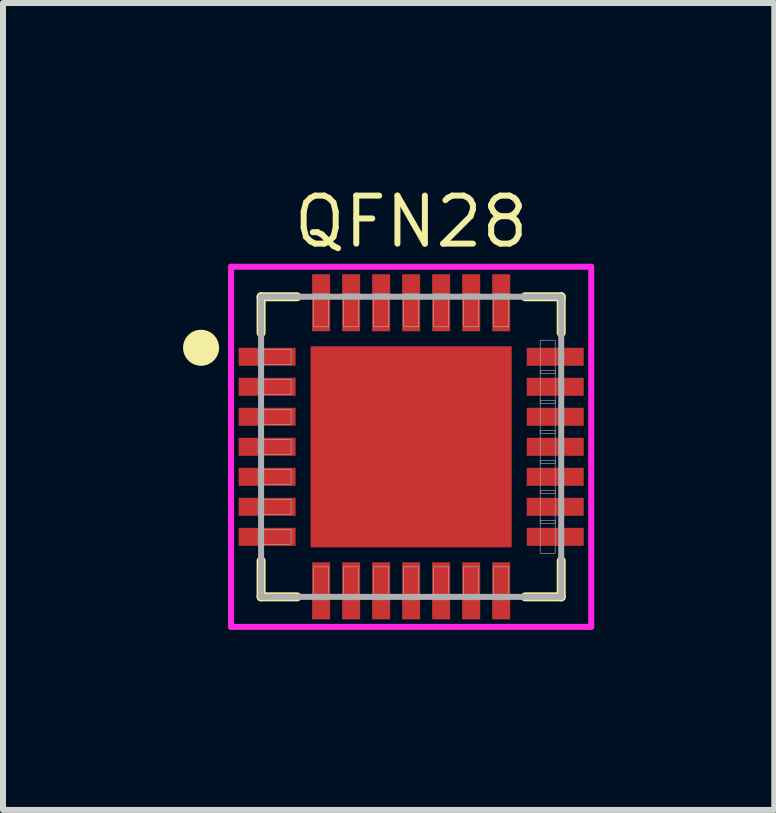
<source format=kicad_pcb>
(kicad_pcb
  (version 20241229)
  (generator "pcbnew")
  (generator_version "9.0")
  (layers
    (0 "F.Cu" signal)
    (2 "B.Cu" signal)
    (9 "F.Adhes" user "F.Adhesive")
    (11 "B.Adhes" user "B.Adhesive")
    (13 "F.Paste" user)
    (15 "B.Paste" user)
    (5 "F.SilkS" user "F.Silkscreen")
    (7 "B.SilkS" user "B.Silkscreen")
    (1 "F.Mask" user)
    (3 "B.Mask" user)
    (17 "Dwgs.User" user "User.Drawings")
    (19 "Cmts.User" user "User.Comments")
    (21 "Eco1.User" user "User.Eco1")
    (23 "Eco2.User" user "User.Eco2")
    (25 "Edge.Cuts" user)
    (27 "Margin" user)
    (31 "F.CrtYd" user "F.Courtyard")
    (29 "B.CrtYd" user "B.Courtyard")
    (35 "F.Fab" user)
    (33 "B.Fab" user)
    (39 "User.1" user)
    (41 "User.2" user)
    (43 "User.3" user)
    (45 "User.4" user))
  (footprint "QFN28"
    (layer "F.Cu")
    (at 3.8 4.394)
    (property "Reference" "QFN28" (at 0 -3.75 0) (layer "F.SilkS") (effects (font (size 0.8 0.8) (thickness 0.1))))
    (attr smd)
    (fp_line (start -2.5 -2.5) (end -2.5 -1.9) (stroke (width 0.15) (type solid)) (layer "F.SilkS"))
    (fp_line (start -2.5 -2.5) (end -1.9 -2.5) (stroke (width 0.15) (type solid)) (layer "F.SilkS"))
    (fp_line (start -2.5 1.9) (end -2.5 2.5) (stroke (width 0.15) (type solid)) (layer "F.SilkS"))
    (fp_line (start -2.5 2.5) (end -1.9 2.5) (stroke (width 0.15) (type solid)) (layer "F.SilkS"))
    (fp_line (start 1.9 -2.5) (end 2.5 -2.5) (stroke (width 0.15) (type solid)) (layer "F.SilkS"))
    (fp_line (start 1.9 2.5) (end 2.5 2.5) (stroke (width 0.15) (type solid)) (layer "F.SilkS"))
    (fp_line (start 2.5 -2.5) (end 2.5 -1.9) (stroke (width 0.15) (type solid)) (layer "F.SilkS"))
    (fp_line (start 2.5 2.5) (end 2.5 1.9) (stroke (width 0.15) (type solid)) (layer "F.SilkS"))
    (fp_circle (center -3.5 -1.65) (end -3.25 -1.65) (stroke (width 0.1) (type solid)) (fill yes) (layer "F.SilkS"))
    (fp_line (start -3 -3) (end -3 3) (stroke (width 0.1) (type solid)) (layer "F.CrtYd"))
    (fp_line (start -3 3) (end 3 3) (stroke (width 0.1) (type solid)) (layer "F.CrtYd"))
    (fp_line (start 3 -3) (end -3 -3) (stroke (width 0.1) (type solid)) (layer "F.CrtYd"))
    (fp_line (start 3 3) (end 3 -3) (stroke (width 0.1) (type solid)) (layer "F.CrtYd"))
    (fp_line (start -2.5 -2.5) (end -2.5 2.5) (stroke (width 0.1) (type solid)) (layer "F.Fab"))
    (fp_line (start -2.5 2.5) (end 2.5 2.5) (stroke (width 0.1) (type solid)) (layer "F.Fab"))
    (fp_line (start 2.5 -2.5) (end -2.5 -2.5) (stroke (width 0.1) (type solid)) (layer "F.Fab"))
    (fp_line (start 2.5 2.5) (end 2.5 -2.5) (stroke (width 0.1) (type solid)) (layer "F.Fab"))
    (fp_poly (pts (xy -2.55 -1.625) (xy -2 -1.625) (xy -2 -1.375) (xy -2.55 -1.375)) (stroke (width 0.01) (type solid)) (fill no) (layer "F.Fab"))
    (fp_poly (pts (xy -2.55 -1.125) (xy -2 -1.125) (xy -2 -0.875) (xy -2.55 -0.875)) (stroke (width 0.01) (type solid)) (fill no) (layer "F.Fab"))
    (fp_poly (pts (xy -2.55 -0.625) (xy -2 -0.625) (xy -2 -0.375) (xy -2.55 -0.375)) (stroke (width 0.01) (type solid)) (fill no) (layer "F.Fab"))
    (fp_poly (pts (xy -2.55 -0.125) (xy -2 -0.125) (xy -2 0.125) (xy -2.55 0.125)) (stroke (width 0.01) (type solid)) (fill no) (layer "F.Fab"))
    (fp_poly (pts (xy -2.55 0.375) (xy -2 0.375) (xy -2 0.625) (xy -2.55 0.625)) (stroke (width 0.01) (type solid)) (fill no) (layer "F.Fab"))
    (fp_poly (pts (xy -2.55 0.875) (xy -2 0.875) (xy -2 1.125) (xy -2.55 1.125)) (stroke (width 0.01) (type solid)) (fill no) (layer "F.Fab"))
    (fp_poly (pts (xy -2.55 1.375) (xy -2 1.375) (xy -2 1.625) (xy -2.55 1.625)) (stroke (width 0.01) (type solid)) (fill no) (layer "F.Fab"))
    (fp_poly (pts (xy -1.625 -2.55) (xy -1.375 -2.55) (xy -1.375 -2) (xy -1.625 -2)) (stroke (width 0.01) (type solid)) (fill no) (layer "F.Fab"))
    (fp_poly (pts (xy -1.625 2) (xy -1.375 2) (xy -1.375 2.55) (xy -1.625 2.55)) (stroke (width 0.01) (type solid)) (fill no) (layer "F.Fab"))
    (fp_poly (pts (xy -1.125 -2.55) (xy -0.875 -2.55) (xy -0.875 -2) (xy -1.125 -2)) (stroke (width 0.01) (type solid)) (fill no) (layer "F.Fab"))
    (fp_poly (pts (xy -1.125 2) (xy -0.875 2) (xy -0.875 2.55) (xy -1.125 2.55)) (stroke (width 0.01) (type solid)) (fill no) (layer "F.Fab"))
    (fp_poly (pts (xy -0.625 -2.55) (xy -0.375 -2.55) (xy -0.375 -2) (xy -0.625 -2)) (stroke (width 0.01) (type solid)) (fill no) (layer "F.Fab"))
    (fp_poly (pts (xy -0.625 2) (xy -0.375 2) (xy -0.375 2.55) (xy -0.625 2.55)) (stroke (width 0.01) (type solid)) (fill no) (layer "F.Fab"))
    (fp_poly (pts (xy -0.125 -2.55) (xy 0.125 -2.55) (xy 0.125 -2) (xy -0.125 -2)) (stroke (width 0.01) (type solid)) (fill no) (layer "F.Fab"))
    (fp_poly (pts (xy -0.125 2) (xy 0.125 2) (xy 0.125 2.55) (xy -0.125 2.55)) (stroke (width 0.01) (type solid)) (fill no) (layer "F.Fab"))
    (fp_poly (pts (xy 0.375 -2.55) (xy 0.625 -2.55) (xy 0.625 -2) (xy 0.375 -2)) (stroke (width 0.01) (type solid)) (fill no) (layer "F.Fab"))
    (fp_poly (pts (xy 0.375 2) (xy 0.625 2) (xy 0.625 2.55) (xy 0.375 2.55)) (stroke (width 0.01) (type solid)) (fill no) (layer "F.Fab"))
    (fp_poly (pts (xy 0.875 -2.55) (xy 1.125 -2.55) (xy 1.125 -2) (xy 0.875 -2)) (stroke (width 0.01) (type solid)) (fill no) (layer "F.Fab"))
    (fp_poly (pts (xy 0.875 2) (xy 1.125 2) (xy 1.125 2.55) (xy 0.875 2.55)) (stroke (width 0.01) (type solid)) (fill no) (layer "F.Fab"))
    (fp_poly (pts (xy 1.375 -2.55) (xy 1.625 -2.55) (xy 1.625 -2) (xy 1.375 -2)) (stroke (width 0.01) (type solid)) (fill no) (layer "F.Fab"))
    (fp_poly (pts (xy 1.375 2) (xy 1.625 2) (xy 1.625 2.55) (xy 1.375 2.55)) (stroke (width 0.01) (type solid)) (fill no) (layer "F.Fab"))
    (fp_poly (pts (xy 2.15 -1.775) (xy 2.4 -1.775) (xy 2.4 -1.225) (xy 2.15 -1.225)) (stroke (width 0.01) (type solid)) (fill no) (layer "F.Fab"))
    (fp_poly (pts (xy 2.15 -1.275) (xy 2.4 -1.275) (xy 2.4 -0.725) (xy 2.15 -0.725)) (stroke (width 0.01) (type solid)) (fill no) (layer "F.Fab"))
    (fp_poly (pts (xy 2.15 -0.775) (xy 2.4 -0.775) (xy 2.4 -0.225) (xy 2.15 -0.225)) (stroke (width 0.01) (type solid)) (fill no) (layer "F.Fab"))
    (fp_poly (pts (xy 2.15 -0.275) (xy 2.4 -0.275) (xy 2.4 0.275) (xy 2.15 0.275)) (stroke (width 0.01) (type solid)) (fill no) (layer "F.Fab"))
    (fp_poly (pts (xy 2.15 0.225) (xy 2.4 0.225) (xy 2.4 0.775) (xy 2.15 0.775)) (stroke (width 0.01) (type solid)) (fill no) (layer "F.Fab"))
    (fp_poly (pts (xy 2.15 0.725) (xy 2.4 0.725) (xy 2.4 1.275) (xy 2.15 1.275)) (stroke (width 0.01) (type solid)) (fill no) (layer "F.Fab"))
    (fp_poly (pts (xy 2.15 1.225) (xy 2.4 1.225) (xy 2.4 1.775) (xy 2.15 1.775)) (stroke (width 0.01) (type solid)) (fill no) (layer "F.Fab"))
    (pad "1" smd rect (at -2.4 -1.5) (size 0.95 0.3) (layers "F.Cu" "F.Mask" "F.Paste"))
    (pad "2" smd rect (at -2.4 -1) (size 0.95 0.3) (layers "F.Cu" "F.Mask" "F.Paste"))
    (pad "3" smd rect (at -2.4 -0.5) (size 0.95 0.3) (layers "F.Cu" "F.Mask" "F.Paste"))
    (pad "4" smd rect (at -2.4 0) (size 0.95 0.3) (layers "F.Cu" "F.Mask" "F.Paste"))
    (pad "5" smd rect (at -2.4 0.5) (size 0.95 0.3) (layers "F.Cu" "F.Mask" "F.Paste"))
    (pad "6" smd rect (at -2.4 1) (size 0.95 0.3) (layers "F.Cu" "F.Mask" "F.Paste"))
    (pad "7" smd rect (at -2.4 1.5) (size 0.95 0.3) (layers "F.Cu" "F.Mask" "F.Paste"))
    (pad "8" smd rect (at -1.5 2.4) (size 0.3 0.95) (layers "F.Cu" "F.Mask" "F.Paste"))
    (pad "9" smd rect (at -1 2.4) (size 0.3 0.95) (layers "F.Cu" "F.Mask" "F.Paste"))
    (pad "10" smd rect (at -0.5 2.4) (size 0.3 0.95) (layers "F.Cu" "F.Mask" "F.Paste"))
    (pad "11" smd rect (at 0 2.4) (size 0.3 0.95) (layers "F.Cu" "F.Mask" "F.Paste"))
    (pad "12" smd rect (at 0.5 2.4) (size 0.3 0.95) (layers "F.Cu" "F.Mask" "F.Paste"))
    (pad "13" smd rect (at 1 2.4) (size 0.3 0.95) (layers "F.Cu" "F.Mask" "F.Paste"))
    (pad "14" smd rect (at 1.5 2.4) (size 0.3 0.95) (layers "F.Cu" "F.Mask" "F.Paste"))
    (pad "15" smd rect (at 2.4 1.5) (size 0.95 0.3) (layers "F.Cu" "F.Mask" "F.Paste"))
    (pad "16" smd rect (at 2.4 1) (size 0.95 0.3) (layers "F.Cu" "F.Mask" "F.Paste"))
    (pad "17" smd rect (at 2.4 0.5) (size 0.95 0.3) (layers "F.Cu" "F.Mask" "F.Paste"))
    (pad "18" smd rect (at 2.4 0) (size 0.95 0.3) (layers "F.Cu" "F.Mask" "F.Paste"))
    (pad "19" smd rect (at 2.4 -0.5) (size 0.95 0.3) (layers "F.Cu" "F.Mask" "F.Paste"))
    (pad "20" smd rect (at 2.4 -1) (size 0.95 0.3) (layers "F.Cu" "F.Mask" "F.Paste"))
    (pad "21" smd rect (at 2.4 -1.5) (size 0.95 0.3) (layers "F.Cu" "F.Mask" "F.Paste"))
    (pad "22" smd rect (at 1.5 -2.4) (size 0.3 0.95) (layers "F.Cu" "F.Mask" "F.Paste"))
    (pad "23" smd rect (at 1 -2.4) (size 0.3 0.95) (layers "F.Cu" "F.Mask" "F.Paste"))
    (pad "24" smd rect (at 0.5 -2.4) (size 0.3 0.95) (layers "F.Cu" "F.Mask" "F.Paste"))
    (pad "25" smd rect (at 0 -2.4) (size 0.3 0.95) (layers "F.Cu" "F.Mask" "F.Paste"))
    (pad "26" smd rect (at -0.5 -2.4) (size 0.3 0.95) (layers "F.Cu" "F.Mask" "F.Paste"))
    (pad "27" smd rect (at -1 -2.4) (size 0.3 0.95) (layers "F.Cu" "F.Mask" "F.Paste"))
    (pad "28" smd rect (at -1.5 -2.4) (size 0.3 0.95) (layers "F.Cu" "F.Mask" "F.Paste"))
    (pad "PAD" smd rect (at 0 0) (size 3.35 3.35) (layers "F.Cu" "F.Mask" "F.Paste")))
  (gr_rect
    (start -3 -3)
    (end 9.85 10.444)
    (stroke (width 0.1) (type default))
    (fill no)
    (layer "Edge.Cuts")))
</source>
